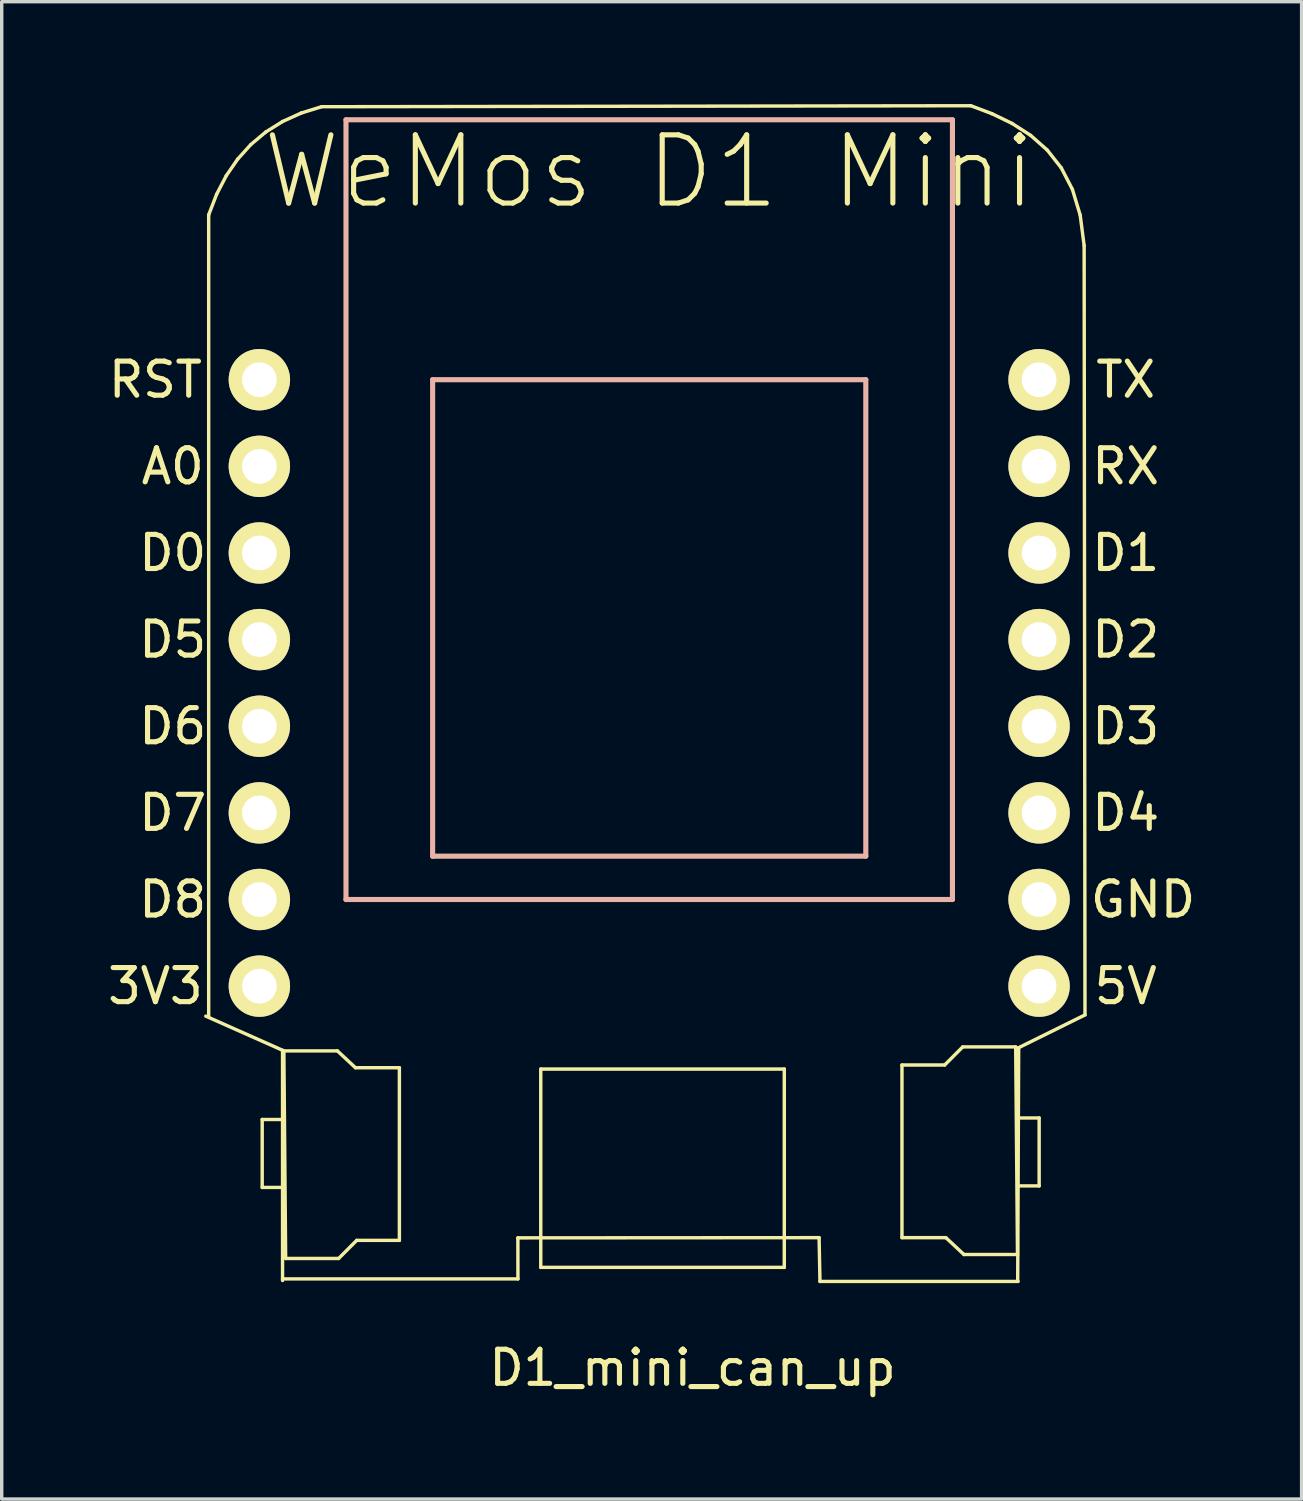
<source format=kicad_pcb>
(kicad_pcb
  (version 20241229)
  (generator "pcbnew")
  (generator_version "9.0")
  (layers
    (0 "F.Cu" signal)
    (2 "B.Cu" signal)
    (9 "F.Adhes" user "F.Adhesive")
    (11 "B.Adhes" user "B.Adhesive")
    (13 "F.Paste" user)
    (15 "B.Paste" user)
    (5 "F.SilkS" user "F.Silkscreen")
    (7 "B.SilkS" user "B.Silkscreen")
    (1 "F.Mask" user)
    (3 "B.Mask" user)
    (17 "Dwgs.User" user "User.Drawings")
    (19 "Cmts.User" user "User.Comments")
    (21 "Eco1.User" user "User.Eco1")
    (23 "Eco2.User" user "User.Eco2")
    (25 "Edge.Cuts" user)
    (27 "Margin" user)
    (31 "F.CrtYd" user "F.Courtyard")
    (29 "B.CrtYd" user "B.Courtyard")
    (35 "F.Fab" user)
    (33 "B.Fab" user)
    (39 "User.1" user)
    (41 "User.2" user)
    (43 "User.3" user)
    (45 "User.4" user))
  (footprint "D1_mini_can_up"
    (layer "F.Cu")
    (at 15.984 18.242)
    (property "Reference" "D1_mini_can_up" (at 1.27 18.81 0) (layer "F.SilkS") (effects (font (size 1 1) (thickness 0.15))))
    (attr through_hole)
    (fp_line (start -13 8.5) (end -10.75 9.5) (stroke (width 0.1) (type solid)) (layer "F.SilkS"))
    (fp_line (start -12.916 -14.993) (end -12.683 -15.596) (stroke (width 0.1) (type solid)) (layer "F.SilkS"))
    (fp_line (start -12.916 8.5) (end -12.916 -14.993) (stroke (width 0.1) (type solid)) (layer "F.SilkS"))
    (fp_line (start -12.683 -15.596) (end -12.4 -16.141) (stroke (width 0.1) (type solid)) (layer "F.SilkS"))
    (fp_line (start -12.4 -16.141) (end -12.065 -16.628) (stroke (width 0.1) (type solid)) (layer "F.SilkS"))
    (fp_line (start -12.065 -16.628) (end -11.679 -17.055) (stroke (width 0.1) (type solid)) (layer "F.SilkS"))
    (fp_line (start -11.679 -17.055) (end -11.241 -17.423) (stroke (width 0.1) (type solid)) (layer "F.SilkS"))
    (fp_line (start -11.347 11.529) (end -10.729 11.529) (stroke (width 0.1) (type solid)) (layer "F.SilkS"))
    (fp_line (start -11.347 13.522) (end -11.347 11.529) (stroke (width 0.1) (type solid)) (layer "F.SilkS"))
    (fp_line (start -11.241 -17.423) (end -10.749 -17.73) (stroke (width 0.1) (type solid)) (layer "F.SilkS"))
    (fp_line (start -10.75 9.5) (end -10.75 16.25) (stroke (width 0.1) (type solid)) (layer "F.SilkS"))
    (fp_line (start -10.749 -17.73) (end -10.205 -17.977) (stroke (width 0.1) (type solid)) (layer "F.SilkS"))
    (fp_line (start -10.712 9.518) (end -10.659 15.604) (stroke (width 0.1) (type solid)) (layer "F.SilkS"))
    (fp_line (start -10.694 13.522) (end -11.347 13.522) (stroke (width 0.1) (type solid)) (layer "F.SilkS"))
    (fp_line (start -10.659 15.604) (end -9.106 15.604) (stroke (width 0.1) (type solid)) (layer "F.SilkS"))
    (fp_line (start -10.205 -17.977) (end -9.607 -18.163) (stroke (width 0.1) (type solid)) (layer "F.SilkS"))
    (fp_line (start -9.607 -18.163) (end 9.43 -18.192) (stroke (width 0.1) (type solid)) (layer "F.SilkS"))
    (fp_line (start -9.142 9.518) (end -10.712 9.518) (stroke (width 0.1) (type solid)) (layer "F.SilkS"))
    (fp_line (start -9.106 15.604) (end -8.577 15.074) (stroke (width 0.1) (type solid)) (layer "F.SilkS"))
    (fp_line (start -8.613 10.012) (end -9.142 9.518) (stroke (width 0.1) (type solid)) (layer "F.SilkS"))
    (fp_line (start -8.577 15.074) (end -7.325 15.074) (stroke (width 0.1) (type solid)) (layer "F.SilkS"))
    (fp_line (start -7.325 10.012) (end -8.613 10.012) (stroke (width 0.1) (type solid)) (layer "F.SilkS"))
    (fp_line (start -7.325 15.074) (end -7.325 10.012) (stroke (width 0.1) (type solid)) (layer "F.SilkS"))
    (fp_line (start -3.851 15) (end -3.849 16.203) (stroke (width 0.1) (type solid)) (layer "F.SilkS"))
    (fp_line (start -3.849 16.203) (end -10.75 16.203) (stroke (width 0.1) (type solid)) (layer "F.SilkS"))
    (fp_line (start -3.18 10.051) (end 3.96 10.051) (stroke (width 0.1) (type solid)) (layer "F.SilkS"))
    (fp_line (start -3.18 15.865) (end -3.18 10.051) (stroke (width 0.1) (type solid)) (layer "F.SilkS"))
    (fp_line (start 3.96 10.051) (end 3.96 15.865) (stroke (width 0.1) (type solid)) (layer "F.SilkS"))
    (fp_line (start 3.96 15.865) (end -3.18 15.865) (stroke (width 0.1) (type solid)) (layer "F.SilkS"))
    (fp_line (start 4.98 14.994) (end -3.851 15) (stroke (width 0.1) (type solid)) (layer "F.SilkS"))
    (fp_line (start 5.006 16.277) (end 4.98 14.994) (stroke (width 0.1) (type solid)) (layer "F.SilkS"))
    (fp_line (start 7.41 9.932) (end 7.41 14.994) (stroke (width 0.1) (type solid)) (layer "F.SilkS"))
    (fp_line (start 7.41 14.994) (end 8.697 14.994) (stroke (width 0.1) (type solid)) (layer "F.SilkS"))
    (fp_line (start 8.662 9.932) (end 7.41 9.932) (stroke (width 0.1) (type solid)) (layer "F.SilkS"))
    (fp_line (start 8.697 14.994) (end 9.227 15.488) (stroke (width 0.1) (type solid)) (layer "F.SilkS"))
    (fp_line (start 9.191 9.402) (end 8.662 9.932) (stroke (width 0.1) (type solid)) (layer "F.SilkS"))
    (fp_line (start 9.227 15.488) (end 10.797 15.488) (stroke (width 0.1) (type solid)) (layer "F.SilkS"))
    (fp_line (start 9.43 -18.192) (end 10.05 -17.958) (stroke (width 0.1) (type solid)) (layer "F.SilkS"))
    (fp_line (start 10.05 -17.958) (end 10.638 -17.673) (stroke (width 0.1) (type solid)) (layer "F.SilkS"))
    (fp_line (start 10.638 -17.673) (end 11.181 -17.324) (stroke (width 0.1) (type solid)) (layer "F.SilkS"))
    (fp_line (start 10.744 9.402) (end 9.191 9.402) (stroke (width 0.1) (type solid)) (layer "F.SilkS"))
    (fp_line (start 10.779 11.484) (end 11.432 11.484) (stroke (width 0.1) (type solid)) (layer "F.SilkS"))
    (fp_line (start 10.797 15.488) (end 10.744 9.402) (stroke (width 0.1) (type solid)) (layer "F.SilkS"))
    (fp_line (start 10.817 16.277) (end 5.006 16.277) (stroke (width 0.1) (type solid)) (layer "F.SilkS"))
    (fp_line (start 10.832 9.424) (end 10.803 16.233) (stroke (width 0.1) (type solid)) (layer "F.SilkS"))
    (fp_line (start 11.181 -17.324) (end 11.667 -16.895) (stroke (width 0.1) (type solid)) (layer "F.SilkS"))
    (fp_line (start 11.432 11.484) (end 11.432 13.477) (stroke (width 0.1) (type solid)) (layer "F.SilkS"))
    (fp_line (start 11.432 13.477) (end 10.814 13.477) (stroke (width 0.1) (type solid)) (layer "F.SilkS"))
    (fp_line (start 11.667 -16.895) (end 12.08 -16.371) (stroke (width 0.1) (type solid)) (layer "F.SilkS"))
    (fp_line (start 12.08 -16.371) (end 12.407 -15.74) (stroke (width 0.1) (type solid)) (layer "F.SilkS"))
    (fp_line (start 12.407 -15.74) (end 12.635 -14.985) (stroke (width 0.1) (type solid)) (layer "F.SilkS"))
    (fp_line (start 12.635 -14.985) (end 12.751 -14.092) (stroke (width 0.1) (type solid)) (layer "F.SilkS"))
    (fp_line (start 12.751 -14.092) (end 12.776 8.463) (stroke (width 0.1) (type solid)) (layer "F.SilkS"))
    (fp_line (start 12.776 8.463) (end 10.832 9.424) (stroke (width 0.1) (type solid)) (layer "F.SilkS"))
    (fp_line (start -8.89 -17.78) (end -8.89 5.08) (stroke (width 0.15) (type solid)) (layer "B.SilkS"))
    (fp_line (start -8.89 5.08) (end 8.89 5.08) (stroke (width 0.15) (type solid)) (layer "B.SilkS"))
    (fp_line (start -6.35 -10.16) (end 6.35 -10.16) (stroke (width 0.15) (type solid)) (layer "B.SilkS"))
    (fp_line (start -6.35 3.81) (end -6.35 -10.16) (stroke (width 0.15) (type solid)) (layer "B.SilkS"))
    (fp_line (start 6.35 -10.16) (end 6.35 3.81) (stroke (width 0.15) (type solid)) (layer "B.SilkS"))
    (fp_line (start 6.35 3.81) (end -6.35 3.81) (stroke (width 0.15) (type solid)) (layer "B.SilkS"))
    (fp_line (start 8.89 -17.78) (end -8.89 -17.78) (stroke (width 0.15) (type solid)) (layer "B.SilkS"))
    (fp_line (start 8.89 5.08) (end 8.89 -17.78) (stroke (width 0.15) (type solid)) (layer "B.SilkS"))
    (fp_text user "3V3" (at -14.478 7.62 0) (layer "F.SilkS") (effects (font (size 1 1) (thickness 0.15))))
    (fp_text user "D5" (at -13.97 -2.54 0) (layer "F.SilkS") (effects (font (size 1 1) (thickness 0.15))))
    (fp_text user "D7" (at -13.97 2.54 0) (layer "F.SilkS") (effects (font (size 1 1) (thickness 0.15))))
    (fp_text user "TX" (at 13.97 -10.16 0) (layer "F.SilkS") (effects (font (size 1 1) (thickness 0.15))))
    (fp_text user "D8" (at -13.97 5.08 0) (layer "F.SilkS") (effects (font (size 1 1) (thickness 0.15))))
    (fp_text user "D0" (at -13.97 -5.08 0) (layer "F.SilkS") (effects (font (size 1 1) (thickness 0.15))))
    (fp_text user "GND" (at 14.478 5.08 0) (layer "F.SilkS") (effects (font (size 1 1) (thickness 0.15))))
    (fp_text user "D6" (at -13.97 0 0) (layer "F.SilkS") (effects (font (size 1 1) (thickness 0.15))))
    (fp_text user "D3" (at 13.97 0 0) (layer "F.SilkS") (effects (font (size 1 1) (thickness 0.15))))
    (fp_text user "D1" (at 13.97 -5.08 0) (layer "F.SilkS") (effects (font (size 1 1) (thickness 0.15))))
    (fp_text user "WeMos D1 Mini" (at 0 -16.256 0) (layer "F.SilkS") (effects (font (size 2 2) (thickness 0.15))))
    (fp_text user "D2" (at 13.97 -2.54 0) (layer "F.SilkS") (effects (font (size 1 1) (thickness 0.15))))
    (fp_text user "RST" (at -14.478 -10.16 0) (layer "F.SilkS") (effects (font (size 1 1) (thickness 0.15))))
    (fp_text user "D4" (at 13.97 2.54 0) (layer "F.SilkS") (effects (font (size 1 1) (thickness 0.15))))
    (fp_text user "5V" (at 13.97 7.62 0) (layer "F.SilkS") (effects (font (size 1 1) (thickness 0.15))))
    (fp_text user "RX" (at 13.97 -7.62 0) (layer "F.SilkS") (effects (font (size 1 1) (thickness 0.15))))
    (fp_text user "A0" (at -13.97 -7.62 0) (layer "F.SilkS") (effects (font (size 1 1) (thickness 0.15))))
    (pad "1" thru_hole circle (at -11.43 -10.16) (size 1.8 1.8) (drill 1.016) (layers "*.Cu" "*.Mask" "F.SilkS"))
    (pad "2" thru_hole circle (at -11.43 -7.62) (size 1.8 1.8) (drill 1.016) (layers "*.Cu" "*.Mask" "F.SilkS"))
    (pad "3" thru_hole circle (at -11.43 -5.08) (size 1.8 1.8) (drill 1.016) (layers "*.Cu" "*.Mask" "F.SilkS"))
    (pad "4" thru_hole circle (at -11.43 -2.54) (size 1.8 1.8) (drill 1.016) (layers "*.Cu" "*.Mask" "F.SilkS"))
    (pad "5" thru_hole circle (at -11.43 0) (size 1.8 1.8) (drill 1.016) (layers "*.Cu" "*.Mask" "F.SilkS"))
    (pad "6" thru_hole circle (at -11.43 2.54) (size 1.8 1.8) (drill 1.016) (layers "*.Cu" "*.Mask" "F.SilkS"))
    (pad "7" thru_hole circle (at -11.43 5.08) (size 1.8 1.8) (drill 1.016) (layers "*.Cu" "*.Mask" "F.SilkS"))
    (pad "8" thru_hole circle (at -11.43 7.62) (size 1.8 1.8) (drill 1.016) (layers "*.Cu" "*.Mask" "F.SilkS"))
    (pad "9" thru_hole circle (at 11.43 7.62) (size 1.8 1.8) (drill 1.016) (layers "*.Cu" "*.Mask" "F.SilkS"))
    (pad "10" thru_hole circle (at 11.43 5.08) (size 1.8 1.8) (drill 1.016) (layers "*.Cu" "*.Mask" "F.SilkS"))
    (pad "11" thru_hole circle (at 11.43 2.54) (size 1.8 1.8) (drill 1.016) (layers "*.Cu" "*.Mask" "F.SilkS"))
    (pad "12" thru_hole circle (at 11.43 0) (size 1.8 1.8) (drill 1.016) (layers "*.Cu" "*.Mask" "F.SilkS"))
    (pad "13" thru_hole circle (at 11.43 -2.54) (size 1.8 1.8) (drill 1.016) (layers "*.Cu" "*.Mask" "F.SilkS"))
    (pad "14" thru_hole circle (at 11.43 -5.08) (size 1.8 1.8) (drill 1.016) (layers "*.Cu" "*.Mask" "F.SilkS"))
    (pad "15" thru_hole circle (at 11.43 -7.62) (size 1.8 1.8) (drill 1.016) (layers "*.Cu" "*.Mask" "F.SilkS"))
    (pad "16" thru_hole circle (at 11.43 -10.16) (size 1.8 1.8) (drill 1.016) (layers "*.Cu" "*.Mask" "F.SilkS")))
  (gr_rect
    (start -3 -3)
    (end 35.111 40.9)
    (stroke (width 0.1) (type default))
    (fill no)
    (layer "Edge.Cuts")))
</source>
